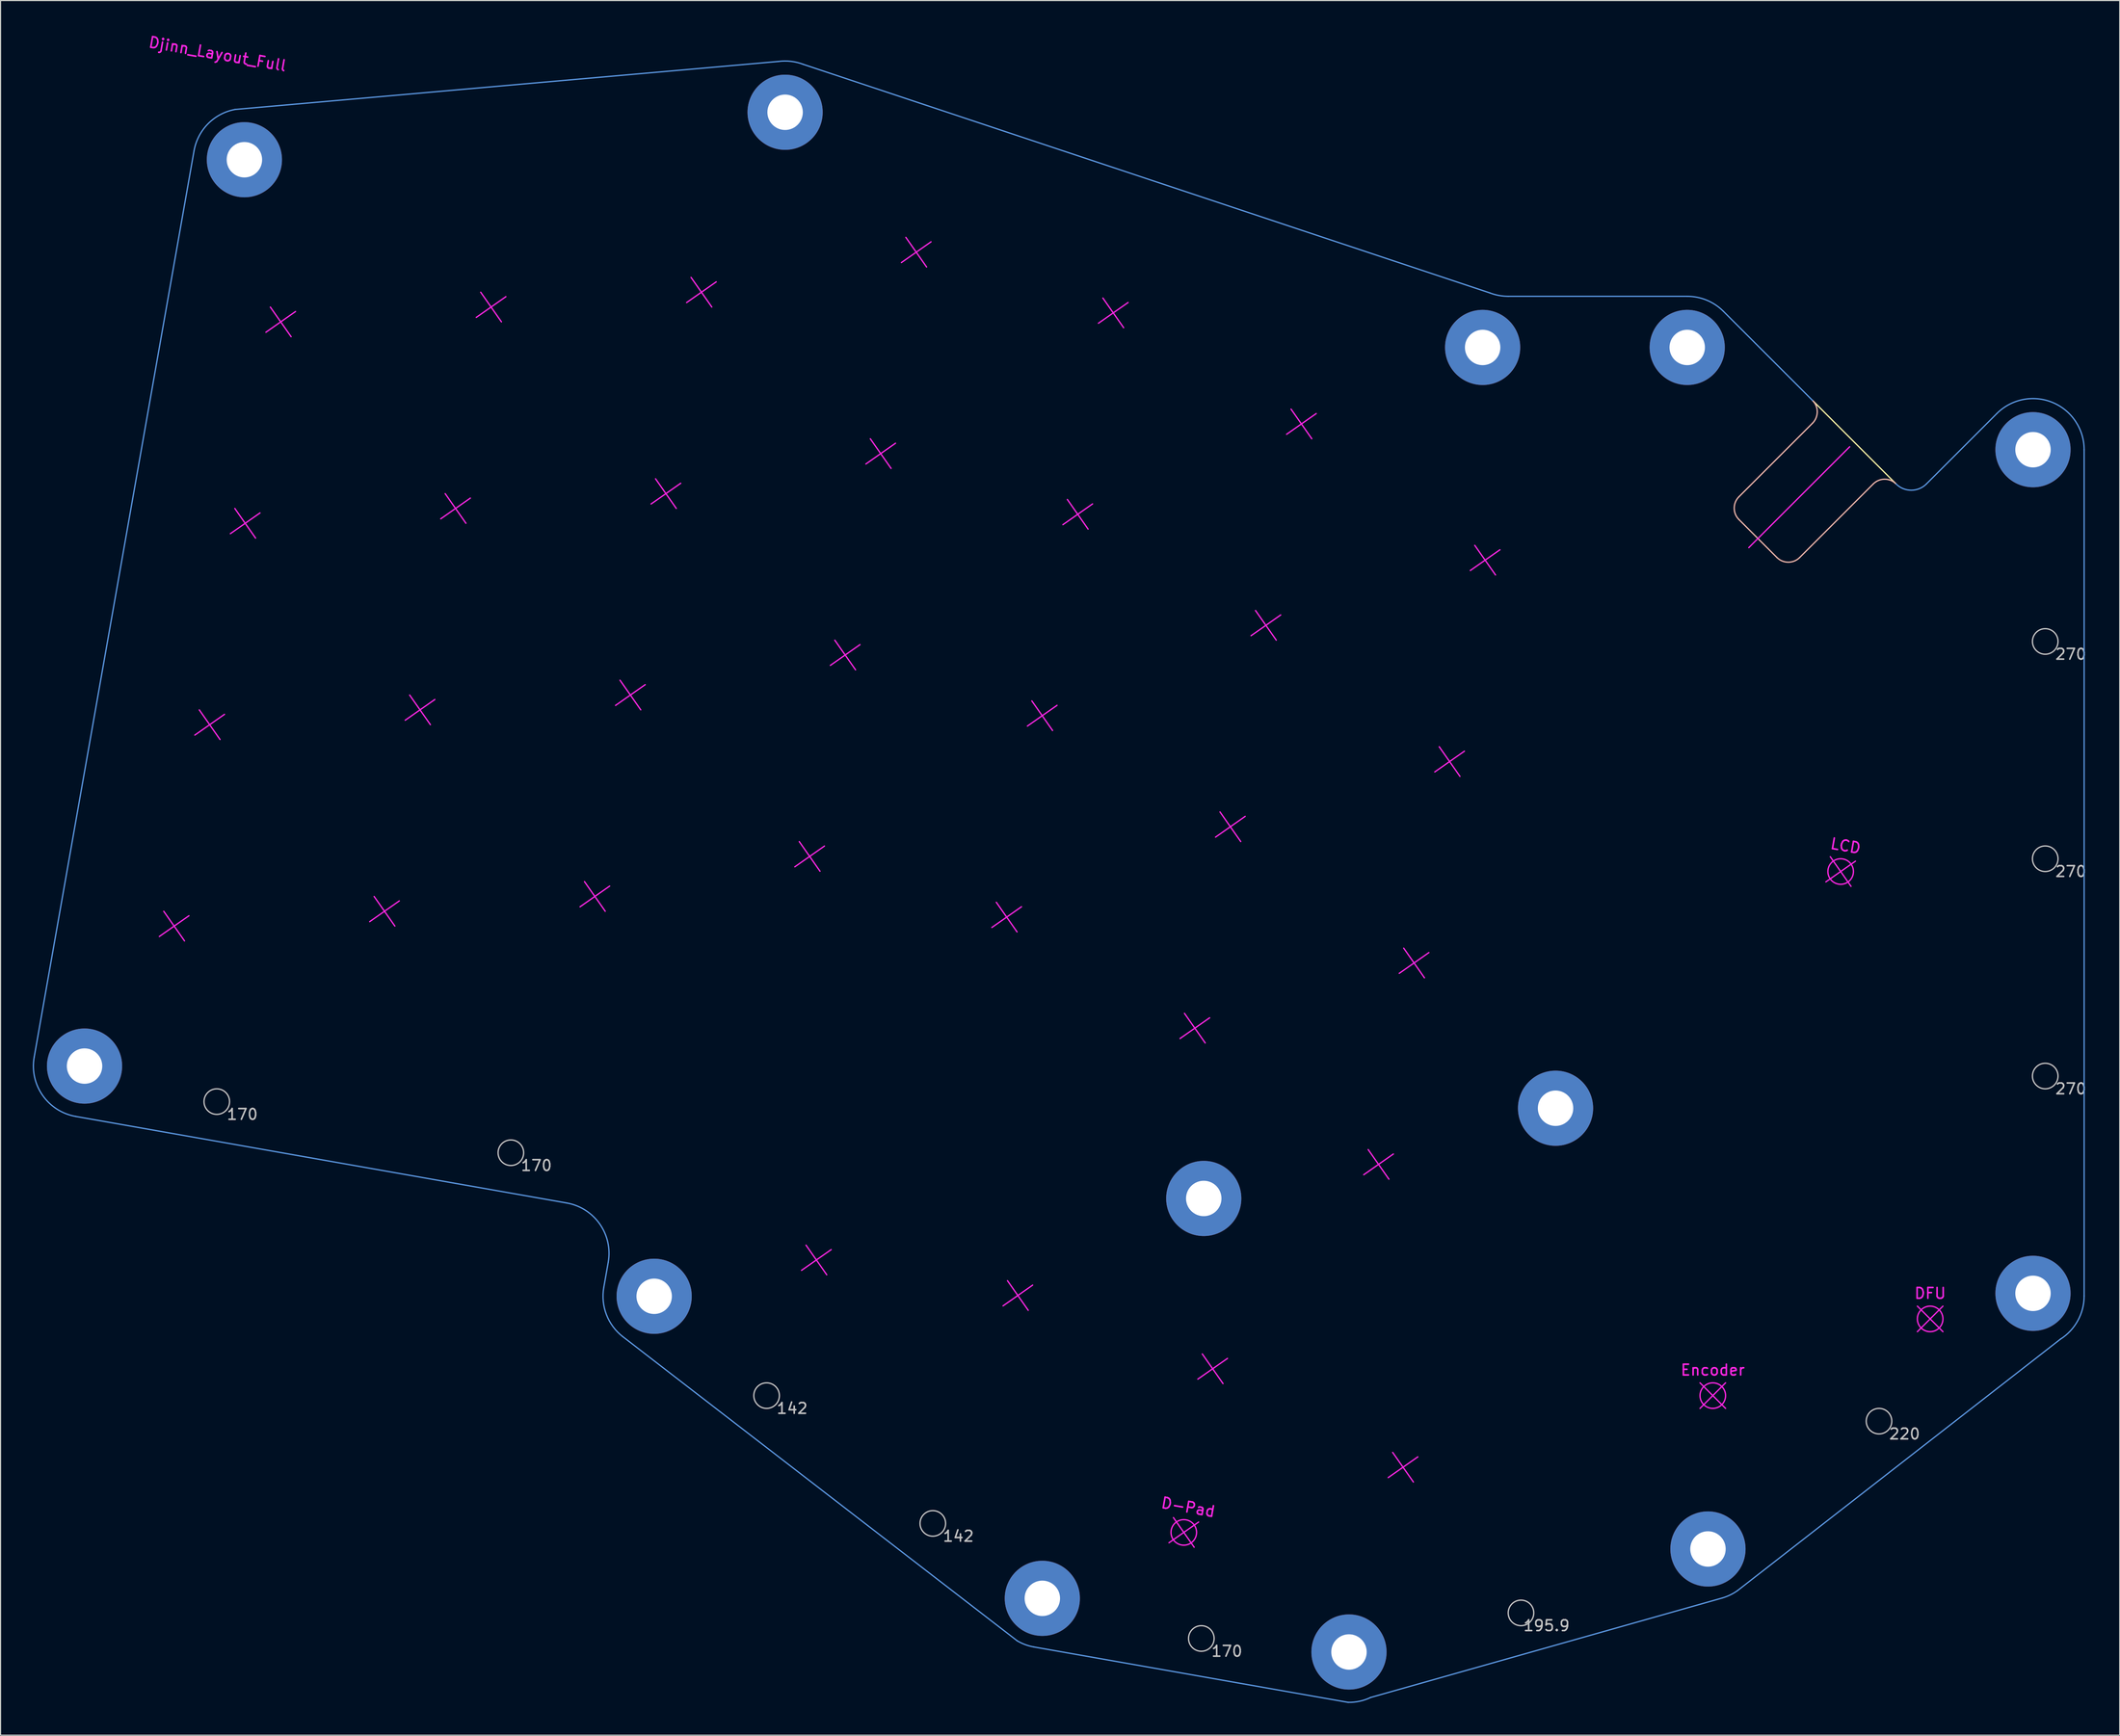
<source format=kicad_pcb>
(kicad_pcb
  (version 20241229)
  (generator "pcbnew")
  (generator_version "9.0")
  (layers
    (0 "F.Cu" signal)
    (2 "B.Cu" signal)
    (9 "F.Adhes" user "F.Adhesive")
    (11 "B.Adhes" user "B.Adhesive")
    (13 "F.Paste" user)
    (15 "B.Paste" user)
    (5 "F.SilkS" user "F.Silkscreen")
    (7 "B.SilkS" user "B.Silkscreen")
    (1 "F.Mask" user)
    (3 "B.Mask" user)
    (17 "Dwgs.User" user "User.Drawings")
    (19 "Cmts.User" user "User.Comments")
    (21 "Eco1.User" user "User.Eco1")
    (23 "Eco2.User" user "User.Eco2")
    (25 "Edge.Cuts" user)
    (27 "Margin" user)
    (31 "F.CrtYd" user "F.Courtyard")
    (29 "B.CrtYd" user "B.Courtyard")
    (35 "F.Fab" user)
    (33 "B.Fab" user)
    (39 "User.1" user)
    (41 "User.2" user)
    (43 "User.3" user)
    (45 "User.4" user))
  (footprint "Djinn_Layout_Full"
    (layer "F.Cu")
    (at 23.09 26.932)
    (property "Reference" "Djinn_Layout_Full" (at -5.88 -24.95 350) (layer "F.CrtYd") (effects (font (size 1 1) (thickness 0.15))))
    (attr through_hole)
    (fp_line (start 123.607 15.997) (end 123.607 86.397) (stroke (width 0.12) (type solid)) (layer "B.Mask"))
    (fp_line (start 123.607 15.997) (end 166.907 15.997) (stroke (width 0.12) (type solid)) (layer "B.Mask"))
    (fp_line (start 123.607 86.397) (end 166.907 86.397) (stroke (width 0.12) (type solid)) (layer "B.Mask"))
    (fp_line (start 166.907 15.997) (end 166.907 86.397) (stroke (width 0.12) (type solid)) (layer "B.Mask"))
    (fp_line (start 142.638 7.315) (end 150.417 15.093) (stroke (width 0.12) (type solid)) (layer "F.SilkS"))
    (fp_line (start 135.786 18.41) (end 139.322 21.946) (stroke (width 0.12) (type solid)) (layer "B.SilkS"))
    (fp_line (start 135.786 16.289) (end 142.638 9.437) (stroke (width 0.12) (type solid)) (layer "B.SilkS"))
    (fp_line (start 141.443 21.946) (end 148.295 15.093) (stroke (width 0.12) (type solid)) (layer "B.SilkS"))
    (fp_arc (start 135.786187 18.410219) (mid 135.346848 17.349558) (end 135.786188 16.288898) (stroke (width 0.12) (type solid)) (layer "B.SilkS"))
    (fp_arc (start 141.44304 21.945755) (mid 140.38238 22.385095) (end 139.321719 21.945756) (stroke (width 0.12) (type solid)) (layer "B.SilkS"))
    (fp_arc (start 142.638499 7.315267) (mid 143.077839 8.375927) (end 142.638499 9.436587) (stroke (width 0.12) (type solid)) (layer "B.SilkS"))
    (fp_arc (start 148.295353 15.093442) (mid 149.356013 14.654102) (end 150.416674 15.093441) (stroke (width 0.12) (type solid)) (layer "B.SilkS"))
    (fp_circle (center -5.953 72.628) (end -4.763 72.628) (stroke (width 0.12) (type solid)) (fill no) (layer "Dwgs.User"))
    (fp_circle (center 21.431 77.391) (end 22.622 77.391) (stroke (width 0.12) (type solid)) (fill no) (layer "Dwgs.User"))
    (fp_circle (center 45.244 100.013) (end 46.435 100.013) (stroke (width 0.12) (type solid)) (fill no) (layer "Dwgs.User"))
    (fp_circle (center 60.722 111.919) (end 61.913 111.919) (stroke (width 0.12) (type solid)) (fill no) (layer "Dwgs.User"))
    (fp_circle (center 85.725 122.635) (end 86.916 122.635) (stroke (width 0.12) (type solid)) (fill no) (layer "Dwgs.User"))
    (fp_circle (center 115.491 120.254) (end 116.682 120.254) (stroke (width 0.12) (type solid)) (fill no) (layer "Dwgs.User"))
    (fp_circle (center 148.829 102.394) (end 150.019 102.394) (stroke (width 0.12) (type solid)) (fill no) (layer "Dwgs.User"))
    (fp_circle (center 164.307 29.766) (end 165.498 29.766) (stroke (width 0.12) (type solid)) (fill no) (layer "Dwgs.User"))
    (fp_circle (center 164.307 50.006) (end 165.498 50.006) (stroke (width 0.12) (type solid)) (fill no) (layer "Dwgs.User"))
    (fp_circle (center 164.307 70.247) (end 165.498 70.247) (stroke (width 0.12) (type solid)) (fill no) (layer "Dwgs.User"))
    (fp_line (start -19.095 74.009) (end 26.634 82.072) (stroke (width 0.12) (type solid)) (layer "Cmts.User"))
    (fp_line (start -8.072 -15.931) (end -22.958 68.492) (stroke (width 0.12) (type solid)) (layer "Cmts.User"))
    (fp_line (start -4.25 -19.787) (end 46.347 -24.258) (stroke (width 0.12) (type solid)) (layer "Cmts.User"))
    (fp_line (start 30.498 87.589) (end 30.084 89.934) (stroke (width 0.12) (type solid)) (layer "Cmts.User"))
    (fp_line (start 31.849 94.519) (end 68.579 122.853) (stroke (width 0.12) (type solid)) (layer "Cmts.User"))
    (fp_line (start 48.648 -23.992) (end 112.603 -2.694) (stroke (width 0.12) (type solid)) (layer "Cmts.User"))
    (fp_line (start 70.121 123.424) (end 99.393 128.585) (stroke (width 0.12) (type solid)) (layer "Cmts.User"))
    (fp_line (start 101.492 128.13) (end 134.24 118.862) (stroke (width 0.12) (type solid)) (layer "Cmts.User"))
    (fp_line (start 114.3 -2.381) (end 130.969 -2.381) (stroke (width 0.12) (type solid)) (layer "Cmts.User"))
    (fp_line (start 134.337 -0.986) (end 142.638 7.315) (stroke (width 0.12) (type solid)) (layer "Cmts.User"))
    (fp_line (start 135.659 118.173) (end 165.712 94.762) (stroke (width 0.12) (type solid)) (layer "Cmts.User"))
    (fp_line (start 159.8 8.539) (end 153.245 15.093) (stroke (width 0.12) (type solid)) (layer "Cmts.User"))
    (fp_line (start 167.93 90.737) (end 167.93 11.906) (stroke (width 0.12) (type solid)) (layer "Cmts.User"))
    (fp_arc (start -19.094752 74.008891) (mid -22.168963 72.050402) (end -22.957897 68.491746) (stroke (width 0.12) (type solid)) (layer "Cmts.User"))
    (fp_arc (start -8.071867 -15.931257) (mid -6.76404 -18.45707) (end -4.24979 -19.78699) (stroke (width 0.12) (type solid)) (layer "Cmts.User"))
    (fp_arc (start 26.634369 82.072191) (mid 29.708582 84.030679) (end 30.497519 87.589337) (stroke (width 0.12) (type solid)) (layer "Cmts.User"))
    (fp_arc (start 31.848558 94.519399) (mid 30.329485 92.472012) (end 30.084048 89.934467) (stroke (width 0.12) (type solid)) (layer "Cmts.User"))
    (fp_arc (start 46.347002 -24.257768) (mid 47.513663 -24.266741) (end 48.647644 -23.992395) (stroke (width 0.12) (type solid)) (layer "Cmts.User"))
    (fp_arc (start 70.120878 123.423677) (mid 69.324328 123.208007) (end 68.579175 122.853391) (stroke (width 0.12) (type solid)) (layer "Cmts.User"))
    (fp_arc (start 101.491514 128.129564) (mid 100.468512 128.479059) (end 99.392668 128.585082) (stroke (width 0.12) (type solid)) (layer "Cmts.User"))
    (fp_arc (start 114.300481 -2.381262) (mid 113.43722 -2.460153) (end 112.602558 -2.694214) (stroke (width 0.12) (type solid)) (layer "Cmts.User"))
    (fp_arc (start 130.969298 -2.38124) (mid 132.791828 -2.018717) (end 134.336895 -0.986337) (stroke (width 0.12) (type solid)) (layer "Cmts.User"))
    (fp_arc (start 135.659223 118.173102) (mid 134.978496 118.577064) (end 134.240182 118.862489) (stroke (width 0.12) (type solid)) (layer "Cmts.User"))
    (fp_arc (start 153.245099 15.093438) (mid 151.830887 15.679226) (end 150.416673 15.093442) (stroke (width 0.12) (type solid)) (layer "Cmts.User"))
    (fp_arc (start 159.799839 8.538703) (mid 164.989965 7.506323) (end 167.929935 11.906299) (stroke (width 0.12) (type solid)) (layer "Cmts.User"))
    (fp_arc (start 167.929935 90.736655) (mid 167.338842 93.034648) (end 165.712289 94.762214) (stroke (width 0.12) (type solid)) (layer "Cmts.User"))
    (fp_line (start -17.541 62.047) (end -4.738 64.304) (stroke (width 0.12) (type solid)) (layer "Eco1.User"))
    (fp_line (start -15.689 48.665) (end -17.946 61.468) (stroke (width 0.12) (type solid)) (layer "Eco1.User"))
    (fp_line (start -15.11 48.26) (end -2.307 50.517) (stroke (width 0.12) (type solid)) (layer "Eco1.User"))
    (fp_line (start -14.233 43.286) (end -1.43 45.544) (stroke (width 0.12) (type solid)) (layer "Eco1.User"))
    (fp_line (start -12.381 29.905) (end -14.638 42.707) (stroke (width 0.12) (type solid)) (layer "Eco1.User"))
    (fp_line (start -11.802 29.499) (end 1.001 31.756) (stroke (width 0.12) (type solid)) (layer "Eco1.User"))
    (fp_line (start -10.925 24.526) (end 1.878 26.783) (stroke (width 0.12) (type solid)) (layer "Eco1.User"))
    (fp_line (start -9.073 11.144) (end -11.33 23.946) (stroke (width 0.12) (type solid)) (layer "Eco1.User"))
    (fp_line (start -8.494 10.738) (end 4.309 12.996) (stroke (width 0.12) (type solid)) (layer "Eco1.User"))
    (fp_line (start -7.617 5.765) (end 5.186 8.022) (stroke (width 0.12) (type solid)) (layer "Eco1.User"))
    (fp_line (start -5.765 -7.617) (end -8.022 5.186) (stroke (width 0.12) (type solid)) (layer "Eco1.User"))
    (fp_line (start -5.186 -8.022) (end 7.617 -5.765) (stroke (width 0.12) (type solid)) (layer "Eco1.User"))
    (fp_line (start -1.902 51.096) (end -4.159 63.899) (stroke (width 0.12) (type solid)) (layer "Eco1.User"))
    (fp_line (start 1.406 32.336) (end -0.851 45.138) (stroke (width 0.12) (type solid)) (layer "Eco1.User"))
    (fp_line (start 2.047 60.665) (end 14.849 62.922) (stroke (width 0.12) (type solid)) (layer "Eco1.User"))
    (fp_line (start 3.899 47.283) (end 1.641 60.086) (stroke (width 0.12) (type solid)) (layer "Eco1.User"))
    (fp_line (start 4.478 46.877) (end 17.28 49.135) (stroke (width 0.12) (type solid)) (layer "Eco1.User"))
    (fp_line (start 4.714 13.575) (end 2.457 26.377) (stroke (width 0.12) (type solid)) (layer "Eco1.User"))
    (fp_line (start 5.355 41.904) (end 18.157 44.162) (stroke (width 0.12) (type solid)) (layer "Eco1.User"))
    (fp_line (start 7.207 28.522) (end 4.949 41.325) (stroke (width 0.12) (type solid)) (layer "Eco1.User"))
    (fp_line (start 7.786 28.117) (end 20.588 30.374) (stroke (width 0.12) (type solid)) (layer "Eco1.User"))
    (fp_line (start 8.022 -5.186) (end 5.765 7.617) (stroke (width 0.12) (type solid)) (layer "Eco1.User"))
    (fp_line (start 8.663 23.143) (end 21.465 25.401) (stroke (width 0.12) (type solid)) (layer "Eco1.User"))
    (fp_line (start 10.515 9.762) (end 8.257 22.564) (stroke (width 0.12) (type solid)) (layer "Eco1.User"))
    (fp_line (start 11.094 9.356) (end 23.896 11.614) (stroke (width 0.12) (type solid)) (layer "Eco1.User"))
    (fp_line (start 11.971 4.383) (end 24.773 6.64) (stroke (width 0.12) (type solid)) (layer "Eco1.User"))
    (fp_line (start 13.823 -8.999) (end 11.565 3.804) (stroke (width 0.12) (type solid)) (layer "Eco1.User"))
    (fp_line (start 14.402 -9.405) (end 27.204 -7.147) (stroke (width 0.12) (type solid)) (layer "Eco1.User"))
    (fp_line (start 17.686 49.714) (end 15.429 62.517) (stroke (width 0.12) (type solid)) (layer "Eco1.User"))
    (fp_line (start 20.994 30.953) (end 18.737 43.756) (stroke (width 0.12) (type solid)) (layer "Eco1.User"))
    (fp_line (start 21.635 59.283) (end 34.437 61.54) (stroke (width 0.12) (type solid)) (layer "Eco1.User"))
    (fp_line (start 23.486 45.901) (end 21.229 58.703) (stroke (width 0.12) (type solid)) (layer "Eco1.User"))
    (fp_line (start 24.066 45.495) (end 36.868 47.753) (stroke (width 0.12) (type solid)) (layer "Eco1.User"))
    (fp_line (start 24.302 12.193) (end 22.045 24.995) (stroke (width 0.12) (type solid)) (layer "Eco1.User"))
    (fp_line (start 24.943 40.522) (end 37.745 42.779) (stroke (width 0.12) (type solid)) (layer "Eco1.User"))
    (fp_line (start 26.794 27.14) (end 24.537 39.943) (stroke (width 0.12) (type solid)) (layer "Eco1.User"))
    (fp_line (start 27.374 26.735) (end 40.176 28.992) (stroke (width 0.12) (type solid)) (layer "Eco1.User"))
    (fp_line (start 27.61 -6.568) (end 25.353 6.235) (stroke (width 0.12) (type solid)) (layer "Eco1.User"))
    (fp_line (start 28.251 21.761) (end 41.053 24.019) (stroke (width 0.12) (type solid)) (layer "Eco1.User"))
    (fp_line (start 30.102 8.38) (end 27.845 21.182) (stroke (width 0.12) (type solid)) (layer "Eco1.User"))
    (fp_line (start 30.682 7.974) (end 43.484 10.231) (stroke (width 0.12) (type solid)) (layer "Eco1.User"))
    (fp_line (start 31.559 3.001) (end 44.361 5.258) (stroke (width 0.12) (type solid)) (layer "Eco1.User"))
    (fp_line (start 33.41 -10.381) (end 31.153 2.421) (stroke (width 0.12) (type solid)) (layer "Eco1.User"))
    (fp_line (start 33.99 -10.787) (end 46.792 -8.529) (stroke (width 0.12) (type solid)) (layer "Eco1.User"))
    (fp_line (start 37.274 48.332) (end 35.016 61.134) (stroke (width 0.12) (type solid)) (layer "Eco1.User"))
    (fp_line (start 40.582 29.571) (end 38.324 42.374) (stroke (width 0.12) (type solid)) (layer "Eco1.User"))
    (fp_line (start 41.636 55.555) (end 54.438 57.813) (stroke (width 0.12) (type solid)) (layer "Eco1.User"))
    (fp_line (start 42.262 93.145) (end 55.064 95.402) (stroke (width 0.12) (type solid)) (layer "Eco1.User"))
    (fp_line (start 43.488 42.174) (end 41.23 54.976) (stroke (width 0.12) (type solid)) (layer "Eco1.User"))
    (fp_line (start 43.89 10.811) (end 41.632 23.613) (stroke (width 0.12) (type solid)) (layer "Eco1.User"))
    (fp_line (start 44.067 41.768) (end 56.869 44.026) (stroke (width 0.12) (type solid)) (layer "Eco1.User"))
    (fp_line (start 44.114 79.763) (end 41.856 92.565) (stroke (width 0.12) (type solid)) (layer "Eco1.User"))
    (fp_line (start 44.693 79.357) (end 57.495 81.615) (stroke (width 0.12) (type solid)) (layer "Eco1.User"))
    (fp_line (start 44.944 36.795) (end 57.746 39.052) (stroke (width 0.12) (type solid)) (layer "Eco1.User"))
    (fp_line (start 46.796 23.413) (end 44.538 36.215) (stroke (width 0.12) (type solid)) (layer "Eco1.User"))
    (fp_line (start 47.198 -7.95) (end 44.94 4.852) (stroke (width 0.12) (type solid)) (layer "Eco1.User"))
    (fp_line (start 47.375 23.007) (end 60.177 25.265) (stroke (width 0.12) (type solid)) (layer "Eco1.User"))
    (fp_line (start 48.252 18.034) (end 61.054 20.291) (stroke (width 0.12) (type solid)) (layer "Eco1.User"))
    (fp_line (start 50.104 4.652) (end 47.846 17.455) (stroke (width 0.12) (type solid)) (layer "Eco1.User"))
    (fp_line (start 50.683 4.247) (end 63.485 6.504) (stroke (width 0.12) (type solid)) (layer "Eco1.User"))
    (fp_line (start 51.56 -0.727) (end 64.362 1.531) (stroke (width 0.12) (type solid)) (layer "Eco1.User"))
    (fp_line (start 53.412 -14.108) (end 51.154 -1.306) (stroke (width 0.12) (type solid)) (layer "Eco1.User"))
    (fp_line (start 53.991 -14.514) (end 66.793 -12.256) (stroke (width 0.12) (type solid)) (layer "Eco1.User"))
    (fp_line (start 57.275 44.605) (end 55.017 57.407) (stroke (width 0.12) (type solid)) (layer "Eco1.User"))
    (fp_line (start 57.901 82.194) (end 55.643 94.997) (stroke (width 0.12) (type solid)) (layer "Eco1.User"))
    (fp_line (start 59.983 61.208) (end 72.785 63.466) (stroke (width 0.12) (type solid)) (layer "Eco1.User"))
    (fp_line (start 60.583 25.844) (end 58.325 38.647) (stroke (width 0.12) (type solid)) (layer "Eco1.User"))
    (fp_line (start 61.022 96.453) (end 73.825 98.71) (stroke (width 0.12) (type solid)) (layer "Eco1.User"))
    (fp_line (start 61.835 47.827) (end 59.577 60.629) (stroke (width 0.12) (type solid)) (layer "Eco1.User"))
    (fp_line (start 62.414 47.421) (end 75.216 49.679) (stroke (width 0.12) (type solid)) (layer "Eco1.User"))
    (fp_line (start 62.874 83.071) (end 60.617 95.873) (stroke (width 0.12) (type solid)) (layer "Eco1.User"))
    (fp_line (start 63.291 42.448) (end 76.093 44.705) (stroke (width 0.12) (type solid)) (layer "Eco1.User"))
    (fp_line (start 63.453 82.665) (end 76.256 84.923) (stroke (width 0.12) (type solid)) (layer "Eco1.User"))
    (fp_line (start 63.891 7.083) (end 61.633 19.886) (stroke (width 0.12) (type solid)) (layer "Eco1.User"))
    (fp_line (start 65.143 29.066) (end 62.885 41.869) (stroke (width 0.12) (type solid)) (layer "Eco1.User"))
    (fp_line (start 65.722 28.661) (end 78.524 30.918) (stroke (width 0.12) (type solid)) (layer "Eco1.User"))
    (fp_line (start 66.599 23.687) (end 79.401 25.945) (stroke (width 0.12) (type solid)) (layer "Eco1.User"))
    (fp_line (start 67.199 -11.677) (end 64.941 1.125) (stroke (width 0.12) (type solid)) (layer "Eco1.User"))
    (fp_line (start 68.451 10.305) (end 66.193 23.108) (stroke (width 0.12) (type solid)) (layer "Eco1.User"))
    (fp_line (start 69.03 9.9) (end 81.832 12.157) (stroke (width 0.12) (type solid)) (layer "Eco1.User"))
    (fp_line (start 69.907 4.926) (end 82.709 7.184) (stroke (width 0.12) (type solid)) (layer "Eco1.User"))
    (fp_line (start 71.759 -8.455) (end 69.501 4.347) (stroke (width 0.12) (type solid)) (layer "Eco1.User"))
    (fp_line (start 72.338 -8.861) (end 85.14 -6.603) (stroke (width 0.12) (type solid)) (layer "Eco1.User"))
    (fp_line (start 75.622 50.258) (end 73.365 63.06) (stroke (width 0.12) (type solid)) (layer "Eco1.User"))
    (fp_line (start 76.661 85.502) (end 74.404 98.305) (stroke (width 0.12) (type solid)) (layer "Eco1.User"))
    (fp_line (start 77.503 71.552) (end 90.306 73.809) (stroke (width 0.12) (type solid)) (layer "Eco1.User"))
    (fp_line (start 78.93 31.497) (end 76.673 44.3) (stroke (width 0.12) (type solid)) (layer "Eco1.User"))
    (fp_line (start 79.163 103.278) (end 91.965 105.536) (stroke (width 0.12) (type solid)) (layer "Eco1.User"))
    (fp_line (start 79.355 58.17) (end 77.097 70.973) (stroke (width 0.12) (type solid)) (layer "Eco1.User"))
    (fp_line (start 79.934 57.764) (end 92.737 60.022) (stroke (width 0.12) (type solid)) (layer "Eco1.User"))
    (fp_line (start 80.811 52.791) (end 93.614 55.049) (stroke (width 0.12) (type solid)) (layer "Eco1.User"))
    (fp_line (start 81.015 89.897) (end 78.757 102.699) (stroke (width 0.12) (type solid)) (layer "Eco1.User"))
    (fp_line (start 81.594 89.491) (end 94.396 91.748) (stroke (width 0.12) (type solid)) (layer "Eco1.User"))
    (fp_line (start 82.238 12.736) (end 79.981 25.539) (stroke (width 0.12) (type solid)) (layer "Eco1.User"))
    (fp_line (start 82.663 39.409) (end 80.405 52.212) (stroke (width 0.12) (type solid)) (layer "Eco1.User"))
    (fp_line (start 83.242 39.004) (end 96.045 41.261) (stroke (width 0.12) (type solid)) (layer "Eco1.User"))
    (fp_line (start 84.119 34.03) (end 96.922 36.288) (stroke (width 0.12) (type solid)) (layer "Eco1.User"))
    (fp_line (start 85.546 -6.024) (end 83.289 6.778) (stroke (width 0.12) (type solid)) (layer "Eco1.User"))
    (fp_line (start 85.971 20.649) (end 83.713 33.451) (stroke (width 0.12) (type solid)) (layer "Eco1.User"))
    (fp_line (start 86.55 20.243) (end 99.353 22.501) (stroke (width 0.12) (type solid)) (layer "Eco1.User"))
    (fp_line (start 87.427 15.27) (end 100.23 17.527) (stroke (width 0.12) (type solid)) (layer "Eco1.User"))
    (fp_line (start 89.279 1.888) (end 87.021 14.691) (stroke (width 0.12) (type solid)) (layer "Eco1.User"))
    (fp_line (start 89.858 1.482) (end 102.661 3.74) (stroke (width 0.12) (type solid)) (layer "Eco1.User"))
    (fp_line (start 93.142 60.601) (end 90.885 73.404) (stroke (width 0.12) (type solid)) (layer "Eco1.User"))
    (fp_line (start 94.61 84.24) (end 107.412 86.498) (stroke (width 0.12) (type solid)) (layer "Eco1.User"))
    (fp_line (start 94.802 92.328) (end 92.544 105.13) (stroke (width 0.12) (type solid)) (layer "Eco1.User"))
    (fp_line (start 96.45 41.84) (end 94.193 54.643) (stroke (width 0.12) (type solid)) (layer "Eco1.User"))
    (fp_line (start 96.462 70.858) (end 94.204 83.661) (stroke (width 0.12) (type solid)) (layer "Eco1.User"))
    (fp_line (start 96.89 112.449) (end 109.692 114.706) (stroke (width 0.12) (type solid)) (layer "Eco1.User"))
    (fp_line (start 97.041 70.453) (end 109.843 72.71) (stroke (width 0.12) (type solid)) (layer "Eco1.User"))
    (fp_line (start 97.918 65.479) (end 110.72 67.737) (stroke (width 0.12) (type solid)) (layer "Eco1.User"))
    (fp_line (start 98.742 99.067) (end 96.484 111.87) (stroke (width 0.12) (type solid)) (layer "Eco1.User"))
    (fp_line (start 99.321 98.662) (end 112.123 100.919) (stroke (width 0.12) (type solid)) (layer "Eco1.User"))
    (fp_line (start 99.758 23.08) (end 97.501 35.882) (stroke (width 0.12) (type solid)) (layer "Eco1.User"))
    (fp_line (start 99.77 52.098) (end 97.512 64.9) (stroke (width 0.12) (type solid)) (layer "Eco1.User"))
    (fp_line (start 100.349 51.692) (end 113.151 53.95) (stroke (width 0.12) (type solid)) (layer "Eco1.User"))
    (fp_line (start 101.226 46.719) (end 114.028 48.976) (stroke (width 0.12) (type solid)) (layer "Eco1.User"))
    (fp_line (start 103.066 4.319) (end 100.809 17.122) (stroke (width 0.12) (type solid)) (layer "Eco1.User"))
    (fp_line (start 103.078 33.337) (end 100.82 46.14) (stroke (width 0.12) (type solid)) (layer "Eco1.User"))
    (fp_line (start 103.657 32.931) (end 116.459 35.189) (stroke (width 0.12) (type solid)) (layer "Eco1.User"))
    (fp_line (start 104.534 27.958) (end 117.336 30.216) (stroke (width 0.12) (type solid)) (layer "Eco1.User"))
    (fp_line (start 106.386 14.576) (end 104.128 27.379) (stroke (width 0.12) (type solid)) (layer "Eco1.User"))
    (fp_line (start 106.965 14.171) (end 119.767 16.428) (stroke (width 0.12) (type solid)) (layer "Eco1.User"))
    (fp_line (start 110.249 73.289) (end 107.991 86.092) (stroke (width 0.12) (type solid)) (layer "Eco1.User"))
    (fp_line (start 112.529 101.498) (end 110.271 114.301) (stroke (width 0.12) (type solid)) (layer "Eco1.User"))
    (fp_line (start 113.557 54.529) (end 111.299 67.331) (stroke (width 0.12) (type solid)) (layer "Eco1.User"))
    (fp_line (start 116.865 35.768) (end 114.607 48.571) (stroke (width 0.12) (type solid)) (layer "Eco1.User"))
    (fp_line (start 120.173 17.007) (end 117.915 29.81) (stroke (width 0.12) (type solid)) (layer "Eco1.User"))
    (fp_arc (start -17.540824 62.046937) (mid -17.863573 61.841323) (end -17.9464 61.467713) (stroke (width 0.12) (type solid)) (layer "Eco1.User"))
    (fp_arc (start -15.688976 48.665212) (mid -15.48336 48.34246) (end -15.109748 48.259632) (stroke (width 0.12) (type solid)) (layer "Eco1.User"))
    (fp_arc (start -14.232812 43.286274) (mid -14.555564 43.080658) (end -14.638392 42.707046) (stroke (width 0.12) (type solid)) (layer "Eco1.User"))
    (fp_arc (start -12.380964 29.904545) (mid -12.175348 29.581795) (end -11.801737 29.498968) (stroke (width 0.12) (type solid)) (layer "Eco1.User"))
    (fp_arc (start -10.924799 24.525607) (mid -11.24755 24.319992) (end -11.330378 23.94638) (stroke (width 0.12) (type solid)) (layer "Eco1.User"))
    (fp_arc (start -9.072954 11.143879) (mid -8.867338 10.821127) (end -8.493726 10.738299) (stroke (width 0.12) (type solid)) (layer "Eco1.User"))
    (fp_arc (start -7.616789 5.764938) (mid -7.939539 5.559323) (end -8.022366 5.185713) (stroke (width 0.12) (type solid)) (layer "Eco1.User"))
    (fp_arc (start -5.764939 -7.616788) (mid -5.559324 -7.939539) (end -5.185713 -8.022366) (stroke (width 0.12) (type solid)) (layer "Eco1.User"))
    (fp_arc (start -4.159095 63.898787) (mid -4.364711 64.221539) (end -4.738323 64.304367) (stroke (width 0.12) (type solid)) (layer "Eco1.User"))
    (fp_arc (start -2.307247 50.51706) (mid -1.984496 50.722675) (end -1.901669 51.096286) (stroke (width 0.12) (type solid)) (layer "Eco1.User"))
    (fp_arc (start -0.851083 45.138122) (mid -1.056698 45.460873) (end -1.43031 45.543701) (stroke (width 0.12) (type solid)) (layer "Eco1.User"))
    (fp_arc (start 1.000763 31.756393) (mid 1.323515 31.962008) (end 1.406343 32.335619) (stroke (width 0.12) (type solid)) (layer "Eco1.User"))
    (fp_arc (start 2.046846 60.664787) (mid 1.724094 60.45917) (end 1.641266 60.085557) (stroke (width 0.12) (type solid)) (layer "Eco1.User"))
    (fp_arc (start 2.456929 26.377454) (mid 2.251314 26.700205) (end 1.877702 26.783033) (stroke (width 0.12) (type solid)) (layer "Eco1.User"))
    (fp_arc (start 3.898691 47.283057) (mid 4.104307 46.960304) (end 4.47792 46.877476) (stroke (width 0.12) (type solid)) (layer "Eco1.User"))
    (fp_arc (start 4.308776 12.995724) (mid 4.631528 13.201341) (end 4.714356 13.574954) (stroke (width 0.12) (type solid)) (layer "Eco1.User"))
    (fp_arc (start 5.354857 41.904117) (mid 5.032106 41.698502) (end 4.949279 41.324891) (stroke (width 0.12) (type solid)) (layer "Eco1.User"))
    (fp_arc (start 5.764938 7.616788) (mid 5.559323 7.93954) (end 5.185712 8.022368) (stroke (width 0.12) (type solid)) (layer "Eco1.User"))
    (fp_arc (start 7.206704 28.522394) (mid 7.41232 28.19964) (end 7.785933 28.116811) (stroke (width 0.12) (type solid)) (layer "Eco1.User"))
    (fp_arc (start 7.616788 -5.764939) (mid 7.939539 -5.559324) (end 8.022366 -5.185713) (stroke (width 0.12) (type solid)) (layer "Eco1.User"))
    (fp_arc (start 8.662869 23.14345) (mid 8.340118 22.937836) (end 8.25729 22.564225) (stroke (width 0.12) (type solid)) (layer "Eco1.User"))
    (fp_arc (start 10.514716 9.761726) (mid 10.720331 9.438973) (end 11.093944 9.356144) (stroke (width 0.12) (type solid)) (layer "Eco1.User"))
    (fp_arc (start 11.970882 4.382786) (mid 11.64813 4.17717) (end 11.565302 3.803558) (stroke (width 0.12) (type solid)) (layer "Eco1.User"))
    (fp_arc (start 13.822726 -8.998942) (mid 14.028342 -9.321695) (end 14.401955 -9.404523) (stroke (width 0.12) (type solid)) (layer "Eco1.User"))
    (fp_arc (start 15.428576 62.516632) (mid 15.22296 62.839384) (end 14.849348 62.922212) (stroke (width 0.12) (type solid)) (layer "Eco1.User"))
    (fp_arc (start 17.280423 49.134903) (mid 17.603175 49.340519) (end 17.686002 49.714132) (stroke (width 0.12) (type solid)) (layer "Eco1.User"))
    (fp_arc (start 18.736587 43.755967) (mid 18.53097 44.078719) (end 18.157357 44.161547) (stroke (width 0.12) (type solid)) (layer "Eco1.User"))
    (fp_arc (start 20.588436 30.37424) (mid 20.911186 30.579855) (end 20.994013 30.953465) (stroke (width 0.12) (type solid)) (layer "Eco1.User"))
    (fp_arc (start 21.634516 59.282631) (mid 21.311764 59.077016) (end 21.228935 58.703404) (stroke (width 0.12) (type solid)) (layer "Eco1.User"))
    (fp_arc (start 22.044599 24.995299) (mid 21.838983 25.318051) (end 21.465371 25.400879) (stroke (width 0.12) (type solid)) (layer "Eco1.User"))
    (fp_arc (start 23.486364 45.900901) (mid 23.691979 45.57815) (end 24.065591 45.495322) (stroke (width 0.12) (type solid)) (layer "Eco1.User"))
    (fp_arc (start 23.896444 11.613569) (mid 24.219196 11.819186) (end 24.302024 12.192799) (stroke (width 0.12) (type solid)) (layer "Eco1.User"))
    (fp_arc (start 24.942528 40.521965) (mid 24.619775 40.316349) (end 24.536947 39.942736) (stroke (width 0.12) (type solid)) (layer "Eco1.User"))
    (fp_arc (start 25.35261 6.234632) (mid 25.146995 6.557383) (end 24.773383 6.640211) (stroke (width 0.12) (type solid)) (layer "Eco1.User"))
    (fp_arc (start 26.794372 27.140236) (mid 26.999988 26.817483) (end 27.373601 26.734655) (stroke (width 0.12) (type solid)) (layer "Eco1.User"))
    (fp_arc (start 27.204457 -7.147095) (mid 27.527208 -6.94148) (end 27.610036 -6.567868) (stroke (width 0.12) (type solid)) (layer "Eco1.User"))
    (fp_arc (start 28.250541 21.761299) (mid 27.927789 21.555683) (end 27.844961 21.182071) (stroke (width 0.12) (type solid)) (layer "Eco1.User"))
    (fp_arc (start 30.102387 8.379568) (mid 30.308002 8.056817) (end 30.681614 7.973989) (stroke (width 0.12) (type solid)) (layer "Eco1.User"))
    (fp_arc (start 31.55855 3.000633) (mid 31.235798 2.795016) (end 31.15297 2.421403) (stroke (width 0.12) (type solid)) (layer "Eco1.User"))
    (fp_arc (start 33.4104 -10.381096) (mid 33.616015 -10.703848) (end 33.989626 -10.786676) (stroke (width 0.12) (type solid)) (layer "Eco1.User"))
    (fp_arc (start 35.016246 61.134476) (mid 34.81063 61.457229) (end 34.437017 61.540057) (stroke (width 0.12) (type solid)) (layer "Eco1.User"))
    (fp_arc (start 36.868095 47.752748) (mid 37.190845 47.958366) (end 37.27367 48.331979) (stroke (width 0.12) (type solid)) (layer "Eco1.User"))
    (fp_arc (start 38.324257 42.373812) (mid 38.118641 42.696563) (end 37.745029 42.77939) (stroke (width 0.12) (type solid)) (layer "Eco1.User"))
    (fp_arc (start 40.176104 28.992083) (mid 40.498855 29.197698) (end 40.581683 29.57131) (stroke (width 0.12) (type solid)) (layer "Eco1.User"))
    (fp_arc (start 41.632269 23.613146) (mid 41.426652 23.935897) (end 41.053039 24.018724) (stroke (width 0.12) (type solid)) (layer "Eco1.User"))
    (fp_arc (start 41.635686 55.555394) (mid 41.312934 55.349778) (end 41.230106 54.976166) (stroke (width 0.12) (type solid)) (layer "Eco1.User"))
    (fp_arc (start 42.261663 93.144688) (mid 41.938912 92.939072) (end 41.856085 92.56546) (stroke (width 0.12) (type solid)) (layer "Eco1.User"))
    (fp_arc (start 43.484113 10.231414) (mid 43.806866 10.437029) (end 43.889695 10.810642) (stroke (width 0.12) (type solid)) (layer "Eco1.User"))
    (fp_arc (start 43.48753 42.173663) (mid 43.693148 41.85091) (end 44.066762 41.768083) (stroke (width 0.12) (type solid)) (layer "Eco1.User"))
    (fp_arc (start 44.113512 79.762961) (mid 44.319127 79.440209) (end 44.692739 79.35738) (stroke (width 0.12) (type solid)) (layer "Eco1.User"))
    (fp_arc (start 44.940282 4.852479) (mid 44.734665 5.175231) (end 44.361052 5.258059) (stroke (width 0.12) (type solid)) (layer "Eco1.User"))
    (fp_arc (start 44.943699 36.794726) (mid 44.620947 36.58911) (end 44.538119 36.215498) (stroke (width 0.12) (type solid)) (layer "Eco1.User"))
    (fp_arc (start 46.792125 -8.529251) (mid 47.114877 -8.323635) (end 47.197705 -7.950023) (stroke (width 0.12) (type solid)) (layer "Eco1.User"))
    (fp_arc (start 46.795542 23.412997) (mid 47.001158 23.090244) (end 47.374772 23.007415) (stroke (width 0.12) (type solid)) (layer "Eco1.User"))
    (fp_arc (start 48.251708 18.034056) (mid 47.928958 17.828441) (end 47.846131 17.454831) (stroke (width 0.12) (type solid)) (layer "Eco1.User"))
    (fp_arc (start 50.103555 4.652332) (mid 50.309171 4.329579) (end 50.682785 4.24675) (stroke (width 0.12) (type solid)) (layer "Eco1.User"))
    (fp_arc (start 51.559721 -0.726607) (mid 51.236969 -0.932223) (end 51.154141 -1.305835) (stroke (width 0.12) (type solid)) (layer "Eco1.User"))
    (fp_arc (start 53.411568 -14.108337) (mid 53.617184 -14.431088) (end 53.990796 -14.513915) (stroke (width 0.12) (type solid)) (layer "Eco1.User"))
    (fp_arc (start 55.017415 57.407239) (mid 54.8118 57.72999) (end 54.438188 57.812818) (stroke (width 0.12) (type solid)) (layer "Eco1.User"))
    (fp_arc (start 55.643392 94.996535) (mid 55.437777 95.319286) (end 55.064165 95.402114) (stroke (width 0.12) (type solid)) (layer "Eco1.User"))
    (fp_arc (start 56.869262 44.025511) (mid 57.192013 44.231126) (end 57.274841 44.604738) (stroke (width 0.12) (type solid)) (layer "Eco1.User"))
    (fp_arc (start 57.495241 81.614806) (mid 57.817992 81.820422) (end 57.900819 82.194034) (stroke (width 0.12) (type solid)) (layer "Eco1.User"))
    (fp_arc (start 58.325426 38.646574) (mid 58.11981 38.969325) (end 57.746198 39.052152) (stroke (width 0.12) (type solid)) (layer "Eco1.User"))
    (fp_arc (start 59.982851 61.20849) (mid 59.660099 61.002873) (end 59.577271 60.62926) (stroke (width 0.12) (type solid)) (layer "Eco1.User"))
    (fp_arc (start 60.177273 25.264844) (mid 60.500025 25.470459) (end 60.582854 25.844071) (stroke (width 0.12) (type solid)) (layer "Eco1.User"))
    (fp_arc (start 61.022328 96.4527) (mid 60.699577 96.247084) (end 60.61675 95.873472) (stroke (width 0.12) (type solid)) (layer "Eco1.User"))
    (fp_arc (start 61.633438 19.885905) (mid 61.427823 20.208658) (end 61.05421 20.291487) (stroke (width 0.12) (type solid)) (layer "Eco1.User"))
    (fp_arc (start 61.834696 47.826759) (mid 62.040313 47.504007) (end 62.413926 47.421179) (stroke (width 0.12) (type solid)) (layer "Eco1.User"))
    (fp_arc (start 62.874178 83.070971) (mid 63.079793 82.74822) (end 63.453405 82.665392) (stroke (width 0.12) (type solid)) (layer "Eco1.User"))
    (fp_arc (start 63.290864 42.447821) (mid 62.968112 42.242205) (end 62.885284 41.868593) (stroke (width 0.12) (type solid)) (layer "Eco1.User"))
    (fp_arc (start 63.48529 6.504179) (mid 63.808039 6.709795) (end 63.890864 7.083405) (stroke (width 0.12) (type solid)) (layer "Eco1.User"))
    (fp_arc (start 64.94145 1.12524) (mid 64.735835 1.447991) (end 64.362223 1.530819) (stroke (width 0.12) (type solid)) (layer "Eco1.User"))
    (fp_arc (start 65.14271 29.066092) (mid 65.348325 28.743341) (end 65.721937 28.660513) (stroke (width 0.12) (type solid)) (layer "Eco1.User"))
    (fp_arc (start 66.598871 23.687152) (mid 66.276122 23.481536) (end 66.193296 23.107925) (stroke (width 0.12) (type solid)) (layer "Eco1.User"))
    (fp_arc (start 66.793298 -12.256492) (mid 67.11605 -12.050875) (end 67.198877 -11.677261) (stroke (width 0.12) (type solid)) (layer "Eco1.User"))
    (fp_arc (start 68.450721 10.305425) (mid 68.656337 9.982673) (end 69.02995 9.899846) (stroke (width 0.12) (type solid)) (layer "Eco1.User"))
    (fp_arc (start 69.906887 4.926487) (mid 69.584135 4.720872) (end 69.501306 4.34726) (stroke (width 0.12) (type solid)) (layer "Eco1.User"))
    (fp_arc (start 71.758733 -8.455244) (mid 71.96435 -8.777994) (end 72.337963 -8.86082) (stroke (width 0.12) (type solid)) (layer "Eco1.User"))
    (fp_arc (start 73.364581 63.060333) (mid 73.158965 63.383085) (end 72.785353 63.465913) (stroke (width 0.12) (type solid)) (layer "Eco1.User"))
    (fp_arc (start 74.404057 98.304548) (mid 74.198441 98.627299) (end 73.824829 98.710126) (stroke (width 0.12) (type solid)) (layer "Eco1.User"))
    (fp_arc (start 75.216427 49.678604) (mid 75.539179 49.88422) (end 75.622006 50.257833) (stroke (width 0.12) (type solid)) (layer "Eco1.User"))
    (fp_arc (start 76.255903 84.922821) (mid 76.578655 85.128435) (end 76.661484 85.502046) (stroke (width 0.12) (type solid)) (layer "Eco1.User"))
    (fp_arc (start 76.672591 44.299669) (mid 76.466975 44.62242) (end 76.093363 44.705247) (stroke (width 0.12) (type solid)) (layer "Eco1.User"))
    (fp_arc (start 77.503013 71.551749) (mid 77.180261 71.346133) (end 77.097433 70.972521) (stroke (width 0.12) (type solid)) (layer "Eco1.User"))
    (fp_arc (start 78.52444 30.917939) (mid 78.847192 31.123555) (end 78.930019 31.497168) (stroke (width 0.12) (type solid)) (layer "Eco1.User"))
    (fp_arc (start 79.162743 103.278334) (mid 78.839992 103.072719) (end 78.757165 102.699108) (stroke (width 0.12) (type solid)) (layer "Eco1.User"))
    (fp_arc (start 79.354858 58.170019) (mid 79.560475 57.847266) (end 79.934089 57.764438) (stroke (width 0.12) (type solid)) (layer "Eco1.User"))
    (fp_arc (start 79.980604 25.539) (mid 79.774988 25.861753) (end 79.401375 25.944581) (stroke (width 0.12) (type solid)) (layer "Eco1.User"))
    (fp_arc (start 80.811026 52.791082) (mid 80.488275 52.585467) (end 80.405447 52.211855) (stroke (width 0.12) (type solid)) (layer "Eco1.User"))
    (fp_arc (start 81.014596 89.89661) (mid 81.220209 89.573859) (end 81.593818 89.49103) (stroke (width 0.12) (type solid)) (layer "Eco1.User"))
    (fp_arc (start 81.832451 12.157275) (mid 82.155201 12.36289) (end 82.238028 12.7365) (stroke (width 0.12) (type solid)) (layer "Eco1.User"))
    (fp_arc (start 82.662871 39.409354) (mid 82.868487 39.086602) (end 83.242099 39.003774) (stroke (width 0.12) (type solid)) (layer "Eco1.User"))
    (fp_arc (start 83.288614 6.778334) (mid 83.083 7.101085) (end 82.709389 7.183913) (stroke (width 0.12) (type solid)) (layer "Eco1.User"))
    (fp_arc (start 84.119037 34.030415) (mid 83.796286 33.824799) (end 83.713459 33.451187) (stroke (width 0.12) (type solid)) (layer "Eco1.User"))
    (fp_arc (start 85.140462 -6.603395) (mid 85.463214 -6.397779) (end 85.546041 -6.024166) (stroke (width 0.12) (type solid)) (layer "Eco1.User"))
    (fp_arc (start 85.970885 20.648687) (mid 86.1765 20.325936) (end 86.550112 20.243108) (stroke (width 0.12) (type solid)) (layer "Eco1.User"))
    (fp_arc (start 87.427047 15.269751) (mid 87.104295 15.064135) (end 87.021468 14.690522) (stroke (width 0.12) (type solid)) (layer "Eco1.User"))
    (fp_arc (start 89.278898 1.888021) (mid 89.484513 1.56527) (end 89.858124 1.482443) (stroke (width 0.12) (type solid)) (layer "Eco1.User"))
    (fp_arc (start 90.884743 73.403596) (mid 90.679127 73.726348) (end 90.305515 73.809176) (stroke (width 0.12) (type solid)) (layer "Eco1.User"))
    (fp_arc (start 92.544472 105.130184) (mid 92.338856 105.452935) (end 91.965244 105.535762) (stroke (width 0.12) (type solid)) (layer "Eco1.User"))
    (fp_arc (start 92.73659 60.021867) (mid 93.059341 60.227483) (end 93.142168 60.601095) (stroke (width 0.12) (type solid)) (layer "Eco1.User"))
    (fp_arc (start 94.192754 54.642929) (mid 93.987139 54.96568) (end 93.613527 55.048508) (stroke (width 0.12) (type solid)) (layer "Eco1.User"))
    (fp_arc (start 94.39632 91.748455) (mid 94.719071 91.95407) (end 94.801899 92.327682) (stroke (width 0.12) (type solid)) (layer "Eco1.User"))
    (fp_arc (start 94.609675 84.240094) (mid 94.286923 84.034478) (end 94.204095 83.660866) (stroke (width 0.12) (type solid)) (layer "Eco1.User"))
    (fp_arc (start 96.0446 41.2612) (mid 96.367352 41.466815) (end 96.450181 41.840427) (stroke (width 0.12) (type solid)) (layer "Eco1.User"))
    (fp_arc (start 96.461521 70.858365) (mid 96.667136 70.535614) (end 97.040748 70.452786) (stroke (width 0.12) (type solid)) (layer "Eco1.User"))
    (fp_arc (start 96.889659 112.449059) (mid 96.566906 112.243442) (end 96.484078 111.869828) (stroke (width 0.12) (type solid)) (layer "Eco1.User"))
    (fp_arc (start 97.500765 35.88226) (mid 97.295151 36.205014) (end 96.921539 36.287844) (stroke (width 0.12) (type solid)) (layer "Eco1.User"))
    (fp_arc (start 97.917687 65.479428) (mid 97.594935 65.273811) (end 97.512107 64.900198) (stroke (width 0.12) (type solid)) (layer "Eco1.User"))
    (fp_arc (start 98.741504 99.067328) (mid 98.94712 98.744576) (end 99.320732 98.661748) (stroke (width 0.12) (type solid)) (layer "Eco1.User"))
    (fp_arc (start 99.352613 22.500533) (mid 99.675366 22.706149) (end 99.758194 23.079762) (stroke (width 0.12) (type solid)) (layer "Eco1.User"))
    (fp_arc (start 99.769531 52.0977) (mid 99.975147 51.774947) (end 100.348761 51.692118) (stroke (width 0.12) (type solid)) (layer "Eco1.User"))
    (fp_arc (start 100.808778 17.121597) (mid 100.603162 17.444349) (end 100.229549 17.527176) (stroke (width 0.12) (type solid)) (layer "Eco1.User"))
    (fp_arc (start 101.225697 46.718761) (mid 100.902945 46.513145) (end 100.820117 46.139533) (stroke (width 0.12) (type solid)) (layer "Eco1.User"))
    (fp_arc (start 102.660623 3.739868) (mid 102.983375 3.945483) (end 103.066203 4.319094) (stroke (width 0.12) (type solid)) (layer "Eco1.User"))
    (fp_arc (start 103.077547 33.337032) (mid 103.283161 33.014281) (end 103.656772 32.931453) (stroke (width 0.12) (type solid)) (layer "Eco1.User"))
    (fp_arc (start 104.533713 27.958093) (mid 104.21096 27.752479) (end 104.12813 27.378868) (stroke (width 0.12) (type solid)) (layer "Eco1.User"))
    (fp_arc (start 106.385553 14.576366) (mid 106.59117 14.253613) (end 106.964784 14.170785) (stroke (width 0.12) (type solid)) (layer "Eco1.User"))
    (fp_arc (start 107.991401 86.091939) (mid 107.785787 86.414691) (end 107.412176 86.49752) (stroke (width 0.12) (type solid)) (layer "Eco1.User"))
    (fp_arc (start 109.84325 72.710212) (mid 110.166002 72.915828) (end 110.24883 73.28944) (stroke (width 0.12) (type solid)) (layer "Eco1.User"))
    (fp_arc (start 110.271383 114.300905) (mid 110.065767 114.623654) (end 109.692157 114.706479) (stroke (width 0.12) (type solid)) (layer "Eco1.User"))
    (fp_arc (start 111.299415 67.331272) (mid 111.0938 67.654025) (end 110.720188 67.736855) (stroke (width 0.12) (type solid)) (layer "Eco1.User"))
    (fp_arc (start 112.123233 100.919174) (mid 112.445985 101.12479) (end 112.528813 101.498402) (stroke (width 0.12) (type solid)) (layer "Eco1.User"))
    (fp_arc (start 113.151262 53.949546) (mid 113.474013 54.155161) (end 113.556841 54.528773) (stroke (width 0.12) (type solid)) (layer "Eco1.User"))
    (fp_arc (start 114.607426 48.570608) (mid 114.401811 48.893359) (end 114.028199 48.976187) (stroke (width 0.12) (type solid)) (layer "Eco1.User"))
    (fp_arc (start 116.459275 35.188877) (mid 116.782027 35.394494) (end 116.864854 35.768108) (stroke (width 0.12) (type solid)) (layer "Eco1.User"))
    (fp_arc (start 117.915439 29.809943) (mid 117.709823 30.132694) (end 117.336211 30.215521) (stroke (width 0.12) (type solid)) (layer "Eco1.User"))
    (fp_arc (start 119.767285 16.428213) (mid 120.090036 16.633828) (end 120.172864 17.00744) (stroke (width 0.12) (type solid)) (layer "Eco1.User"))
    (fp_line (start -20.958 64.008) (end -17.65 45.248) (stroke (width 0.12) (type solid)) (layer "Eco2.User"))
    (fp_line (start -17.65 45.248) (end 1.11 48.556) (stroke (width 0.12) (type solid)) (layer "Eco2.User"))
    (fp_line (start -17.65 45.248) (end -14.342 26.487) (stroke (width 0.12) (type solid)) (layer "Eco2.User"))
    (fp_line (start -14.342 26.487) (end 4.418 29.795) (stroke (width 0.12) (type solid)) (layer "Eco2.User"))
    (fp_line (start -14.342 26.487) (end -11.034 7.726) (stroke (width 0.12) (type solid)) (layer "Eco2.User"))
    (fp_line (start -11.034 7.726) (end 7.726 11.034) (stroke (width 0.12) (type solid)) (layer "Eco2.User"))
    (fp_line (start -11.034 7.726) (end -7.726 -11.034) (stroke (width 0.12) (type solid)) (layer "Eco2.User"))
    (fp_line (start -7.726 -11.034) (end 11.034 -7.726) (stroke (width 0.12) (type solid)) (layer "Eco2.User"))
    (fp_line (start -2.198 67.316) (end -20.958 64.008) (stroke (width 0.12) (type solid)) (layer "Eco2.User"))
    (fp_line (start -1.371 62.626) (end 1.937 43.866) (stroke (width 0.12) (type solid)) (layer "Eco2.User"))
    (fp_line (start 1.11 48.556) (end -2.198 67.316) (stroke (width 0.12) (type solid)) (layer "Eco2.User"))
    (fp_line (start 1.11 48.556) (end -17.65 45.248) (stroke (width 0.12) (type solid)) (layer "Eco2.User"))
    (fp_line (start 1.937 43.866) (end 20.698 47.174) (stroke (width 0.12) (type solid)) (layer "Eco2.User"))
    (fp_line (start 1.937 43.865) (end 5.245 25.105) (stroke (width 0.12) (type solid)) (layer "Eco2.User"))
    (fp_line (start 4.418 29.795) (end 1.11 48.556) (stroke (width 0.12) (type solid)) (layer "Eco2.User"))
    (fp_line (start 4.418 29.795) (end -14.342 26.487) (stroke (width 0.12) (type solid)) (layer "Eco2.User"))
    (fp_line (start 5.245 25.105) (end 24.006 28.413) (stroke (width 0.12) (type solid)) (layer "Eco2.User"))
    (fp_line (start 5.245 25.105) (end 8.553 6.344) (stroke (width 0.12) (type solid)) (layer "Eco2.User"))
    (fp_line (start 7.726 11.034) (end 4.418 29.795) (stroke (width 0.12) (type solid)) (layer "Eco2.User"))
    (fp_line (start 7.726 11.034) (end -11.034 7.726) (stroke (width 0.12) (type solid)) (layer "Eco2.User"))
    (fp_line (start 8.553 6.344) (end 27.314 9.652) (stroke (width 0.12) (type solid)) (layer "Eco2.User"))
    (fp_line (start 8.553 6.344) (end 11.861 -12.416) (stroke (width 0.12) (type solid)) (layer "Eco2.User"))
    (fp_line (start 11.034 -7.726) (end 7.726 11.034) (stroke (width 0.12) (type solid)) (layer "Eco2.User"))
    (fp_line (start 11.861 -12.416) (end 30.622 -9.108) (stroke (width 0.12) (type solid)) (layer "Eco2.User"))
    (fp_line (start 17.39 65.934) (end -1.371 62.626) (stroke (width 0.12) (type solid)) (layer "Eco2.User"))
    (fp_line (start 18.217 61.244) (end 21.525 42.483) (stroke (width 0.12) (type solid)) (layer "Eco2.User"))
    (fp_line (start 20.698 47.174) (end 17.39 65.934) (stroke (width 0.12) (type solid)) (layer "Eco2.User"))
    (fp_line (start 20.698 47.173) (end 1.937 43.865) (stroke (width 0.12) (type solid)) (layer "Eco2.User"))
    (fp_line (start 21.525 42.483) (end 40.286 45.791) (stroke (width 0.12) (type solid)) (layer "Eco2.User"))
    (fp_line (start 21.525 42.483) (end 24.833 23.723) (stroke (width 0.12) (type solid)) (layer "Eco2.User"))
    (fp_line (start 24.006 28.413) (end 20.698 47.173) (stroke (width 0.12) (type solid)) (layer "Eco2.User"))
    (fp_line (start 24.006 28.413) (end 5.245 25.105) (stroke (width 0.12) (type solid)) (layer "Eco2.User"))
    (fp_line (start 24.833 23.723) (end 43.594 27.031) (stroke (width 0.12) (type solid)) (layer "Eco2.User"))
    (fp_line (start 24.833 23.723) (end 28.141 4.962) (stroke (width 0.12) (type solid)) (layer "Eco2.User"))
    (fp_line (start 27.314 9.652) (end 24.006 28.413) (stroke (width 0.12) (type solid)) (layer "Eco2.User"))
    (fp_line (start 27.314 9.652) (end 8.553 6.344) (stroke (width 0.12) (type solid)) (layer "Eco2.User"))
    (fp_line (start 28.141 4.962) (end 46.902 8.27) (stroke (width 0.12) (type solid)) (layer "Eco2.User"))
    (fp_line (start 28.141 4.962) (end 31.449 -13.799) (stroke (width 0.12) (type solid)) (layer "Eco2.User"))
    (fp_line (start 30.622 -9.108) (end 27.314 9.652) (stroke (width 0.12) (type solid)) (layer "Eco2.User"))
    (fp_line (start 31.449 -13.799) (end 50.21 -10.491) (stroke (width 0.12) (type solid)) (layer "Eco2.User"))
    (fp_line (start 36.978 64.552) (end 18.217 61.244) (stroke (width 0.12) (type solid)) (layer "Eco2.User"))
    (fp_line (start 38.218 57.517) (end 41.526 38.756) (stroke (width 0.12) (type solid)) (layer "Eco2.User"))
    (fp_line (start 38.844 95.106) (end 42.152 76.345) (stroke (width 0.12) (type solid)) (layer "Eco2.User"))
    (fp_line (start 40.286 45.791) (end 36.978 64.552) (stroke (width 0.12) (type solid)) (layer "Eco2.User"))
    (fp_line (start 40.286 45.791) (end 21.525 42.483) (stroke (width 0.12) (type solid)) (layer "Eco2.User"))
    (fp_line (start 41.526 38.756) (end 60.287 42.064) (stroke (width 0.12) (type solid)) (layer "Eco2.User"))
    (fp_line (start 41.526 38.756) (end 44.834 19.995) (stroke (width 0.12) (type solid)) (layer "Eco2.User"))
    (fp_line (start 42.152 76.345) (end 60.913 79.653) (stroke (width 0.12) (type solid)) (layer "Eco2.User"))
    (fp_line (start 43.594 27.031) (end 40.286 45.791) (stroke (width 0.12) (type solid)) (layer "Eco2.User"))
    (fp_line (start 43.594 27.031) (end 24.833 23.723) (stroke (width 0.12) (type solid)) (layer "Eco2.User"))
    (fp_line (start 44.834 19.995) (end 63.595 23.303) (stroke (width 0.12) (type solid)) (layer "Eco2.User"))
    (fp_line (start 44.834 19.995) (end 48.142 1.235) (stroke (width 0.12) (type solid)) (layer "Eco2.User"))
    (fp_line (start 46.902 8.27) (end 43.594 27.031) (stroke (width 0.12) (type solid)) (layer "Eco2.User"))
    (fp_line (start 46.902 8.27) (end 28.141 4.962) (stroke (width 0.12) (type solid)) (layer "Eco2.User"))
    (fp_line (start 48.142 1.235) (end 66.903 4.543) (stroke (width 0.12) (type solid)) (layer "Eco2.User"))
    (fp_line (start 48.142 1.235) (end 51.45 -17.526) (stroke (width 0.12) (type solid)) (layer "Eco2.User"))
    (fp_line (start 50.21 -10.491) (end 46.902 8.27) (stroke (width 0.12) (type solid)) (layer "Eco2.User"))
    (fp_line (start 51.45 -17.526) (end 70.211 -14.218) (stroke (width 0.12) (type solid)) (layer "Eco2.User"))
    (fp_line (start 56.565 63.17) (end 59.873 44.409) (stroke (width 0.12) (type solid)) (layer "Eco2.User"))
    (fp_line (start 56.979 60.825) (end 38.218 57.517) (stroke (width 0.12) (type solid)) (layer "Eco2.User"))
    (fp_line (start 57.605 98.414) (end 38.844 95.106) (stroke (width 0.12) (type solid)) (layer "Eco2.User"))
    (fp_line (start 57.605 98.414) (end 60.913 79.653) (stroke (width 0.12) (type solid)) (layer "Eco2.User"))
    (fp_line (start 59.873 44.409) (end 78.634 47.717) (stroke (width 0.12) (type solid)) (layer "Eco2.User"))
    (fp_line (start 59.873 44.409) (end 63.181 25.649) (stroke (width 0.12) (type solid)) (layer "Eco2.User"))
    (fp_line (start 60.287 42.064) (end 56.979 60.825) (stroke (width 0.12) (type solid)) (layer "Eco2.User"))
    (fp_line (start 60.287 42.064) (end 41.526 38.756) (stroke (width 0.12) (type solid)) (layer "Eco2.User"))
    (fp_line (start 60.913 79.653) (end 57.605 98.414) (stroke (width 0.12) (type solid)) (layer "Eco2.User"))
    (fp_line (start 60.913 79.653) (end 79.673 82.961) (stroke (width 0.12) (type solid)) (layer "Eco2.User"))
    (fp_line (start 63.181 25.649) (end 81.942 28.957) (stroke (width 0.12) (type solid)) (layer "Eco2.User"))
    (fp_line (start 63.181 25.649) (end 66.489 6.888) (stroke (width 0.12) (type solid)) (layer "Eco2.User"))
    (fp_line (start 63.595 23.303) (end 60.287 42.064) (stroke (width 0.12) (type solid)) (layer "Eco2.User"))
    (fp_line (start 63.595 23.303) (end 44.834 19.995) (stroke (width 0.12) (type solid)) (layer "Eco2.User"))
    (fp_line (start 66.489 6.888) (end 85.25 10.196) (stroke (width 0.12) (type solid)) (layer "Eco2.User"))
    (fp_line (start 66.489 6.888) (end 69.797 -11.873) (stroke (width 0.12) (type solid)) (layer "Eco2.User"))
    (fp_line (start 66.903 4.543) (end 63.595 23.303) (stroke (width 0.12) (type solid)) (layer "Eco2.User"))
    (fp_line (start 66.903 4.543) (end 48.142 1.235) (stroke (width 0.12) (type solid)) (layer "Eco2.User"))
    (fp_line (start 69.797 -11.873) (end 88.558 -8.565) (stroke (width 0.12) (type solid)) (layer "Eco2.User"))
    (fp_line (start 70.211 -14.218) (end 66.903 4.543) (stroke (width 0.12) (type solid)) (layer "Eco2.User"))
    (fp_line (start 74.086 73.513) (end 77.394 54.753) (stroke (width 0.12) (type solid)) (layer "Eco2.User"))
    (fp_line (start 75.326 66.478) (end 56.565 63.17) (stroke (width 0.12) (type solid)) (layer "Eco2.User"))
    (fp_line (start 75.745 105.24) (end 79.053 86.479) (stroke (width 0.12) (type solid)) (layer "Eco2.User"))
    (fp_line (start 76.365 101.722) (end 57.605 98.414) (stroke (width 0.12) (type solid)) (layer "Eco2.User"))
    (fp_line (start 77.394 54.753) (end 96.154 58.061) (stroke (width 0.12) (type solid)) (layer "Eco2.User"))
    (fp_line (start 77.394 54.752) (end 80.702 35.992) (stroke (width 0.12) (type solid)) (layer "Eco2.User"))
    (fp_line (start 78.634 47.717) (end 75.326 66.478) (stroke (width 0.12) (type solid)) (layer "Eco2.User"))
    (fp_line (start 78.634 47.717) (end 59.873 44.409) (stroke (width 0.12) (type solid)) (layer "Eco2.User"))
    (fp_line (start 79.053 86.479) (end 97.814 89.787) (stroke (width 0.12) (type solid)) (layer "Eco2.User"))
    (fp_line (start 79.673 82.961) (end 76.365 101.722) (stroke (width 0.12) (type solid)) (layer "Eco2.User"))
    (fp_line (start 80.702 35.992) (end 99.462 39.3) (stroke (width 0.12) (type solid)) (layer "Eco2.User"))
    (fp_line (start 80.702 35.992) (end 84.01 17.231) (stroke (width 0.12) (type solid)) (layer "Eco2.User"))
    (fp_line (start 81.942 28.957) (end 78.634 47.717) (stroke (width 0.12) (type solid)) (layer "Eco2.User"))
    (fp_line (start 81.942 28.957) (end 63.181 25.649) (stroke (width 0.12) (type solid)) (layer "Eco2.User"))
    (fp_line (start 84.01 17.231) (end 102.77 20.539) (stroke (width 0.12) (type solid)) (layer "Eco2.User"))
    (fp_line (start 84.01 17.231) (end 87.318 -1.529) (stroke (width 0.12) (type solid)) (layer "Eco2.User"))
    (fp_line (start 85.25 10.196) (end 81.942 28.957) (stroke (width 0.12) (type solid)) (layer "Eco2.User"))
    (fp_line (start 85.25 10.196) (end 66.489 6.888) (stroke (width 0.12) (type solid)) (layer "Eco2.User"))
    (fp_line (start 87.318 -1.529) (end 106.078 1.779) (stroke (width 0.12) (type solid)) (layer "Eco2.User"))
    (fp_line (start 88.558 -8.565) (end 85.25 10.196) (stroke (width 0.12) (type solid)) (layer "Eco2.User"))
    (fp_line (start 91.192 86.201) (end 94.5 67.441) (stroke (width 0.12) (type solid)) (layer "Eco2.User"))
    (fp_line (start 92.846 76.821) (end 74.086 73.513) (stroke (width 0.12) (type solid)) (layer "Eco2.User"))
    (fp_line (start 93.472 114.41) (end 96.78 95.65) (stroke (width 0.12) (type solid)) (layer "Eco2.User"))
    (fp_line (start 94.5 67.441) (end 113.261 70.749) (stroke (width 0.12) (type solid)) (layer "Eco2.User"))
    (fp_line (start 94.5 67.441) (end 97.808 48.68) (stroke (width 0.12) (type solid)) (layer "Eco2.User"))
    (fp_line (start 94.506 108.548) (end 75.745 105.24) (stroke (width 0.12) (type solid)) (layer "Eco2.User"))
    (fp_line (start 96.154 58.061) (end 92.846 76.821) (stroke (width 0.12) (type solid)) (layer "Eco2.User"))
    (fp_line (start 96.154 58.06) (end 77.394 54.752) (stroke (width 0.12) (type solid)) (layer "Eco2.User"))
    (fp_line (start 96.78 95.65) (end 115.541 98.958) (stroke (width 0.12) (type solid)) (layer "Eco2.User"))
    (fp_line (start 97.808 48.68) (end 116.569 51.988) (stroke (width 0.12) (type solid)) (layer "Eco2.User"))
    (fp_line (start 97.808 48.68) (end 101.116 29.92) (stroke (width 0.12) (type solid)) (layer "Eco2.User"))
    (fp_line (start 97.814 89.787) (end 94.506 108.548) (stroke (width 0.12) (type solid)) (layer "Eco2.User"))
    (fp_line (start 99.462 39.3) (end 96.154 58.06) (stroke (width 0.12) (type solid)) (layer "Eco2.User"))
    (fp_line (start 99.462 39.3) (end 80.702 35.992) (stroke (width 0.12) (type solid)) (layer "Eco2.User"))
    (fp_line (start 101.116 29.92) (end 119.877 33.228) (stroke (width 0.12) (type solid)) (layer "Eco2.User"))
    (fp_line (start 101.116 29.919) (end 104.424 11.159) (stroke (width 0.12) (type solid)) (layer "Eco2.User"))
    (fp_line (start 102.77 20.539) (end 99.462 39.3) (stroke (width 0.12) (type solid)) (layer "Eco2.User"))
    (fp_line (start 102.77 20.539) (end 84.01 17.231) (stroke (width 0.12) (type solid)) (layer "Eco2.User"))
    (fp_line (start 104.424 11.159) (end 123.185 14.467) (stroke (width 0.12) (type solid)) (layer "Eco2.User"))
    (fp_line (start 106.078 1.779) (end 102.77 20.539) (stroke (width 0.12) (type solid)) (layer "Eco2.User"))
    (fp_line (start 109.953 89.509) (end 91.192 86.201) (stroke (width 0.12) (type solid)) (layer "Eco2.User"))
    (fp_line (start 112.233 117.718) (end 93.472 114.41) (stroke (width 0.12) (type solid)) (layer "Eco2.User"))
    (fp_line (start 113.261 70.749) (end 109.953 89.509) (stroke (width 0.12) (type solid)) (layer "Eco2.User"))
    (fp_line (start 113.261 70.749) (end 94.5 67.441) (stroke (width 0.12) (type solid)) (layer "Eco2.User"))
    (fp_line (start 115.541 98.958) (end 112.233 117.718) (stroke (width 0.12) (type solid)) (layer "Eco2.User"))
    (fp_line (start 116.569 51.988) (end 113.261 70.749) (stroke (width 0.12) (type solid)) (layer "Eco2.User"))
    (fp_line (start 116.569 51.988) (end 97.808 48.68) (stroke (width 0.12) (type solid)) (layer "Eco2.User"))
    (fp_line (start 119.877 33.228) (end 116.569 51.988) (stroke (width 0.12) (type solid)) (layer "Eco2.User"))
    (fp_line (start 119.877 33.227) (end 101.116 29.919) (stroke (width 0.12) (type solid)) (layer "Eco2.User"))
    (fp_line (start 123.185 14.467) (end 119.877 33.227) (stroke (width 0.12) (type solid)) (layer "Eco2.User"))
    (fp_line (start -10.89 54.903) (end -8.958 57.661) (stroke (width 0.12) (type solid)) (layer "F.CrtYd"))
    (fp_line (start -8.545 55.316) (end -11.303 57.248) (stroke (width 0.12) (type solid)) (layer "F.CrtYd"))
    (fp_line (start -7.582 36.142) (end -5.65 38.901) (stroke (width 0.12) (type solid)) (layer "F.CrtYd"))
    (fp_line (start -5.237 36.556) (end -7.995 38.487) (stroke (width 0.12) (type solid)) (layer "F.CrtYd"))
    (fp_line (start -4.274 17.381) (end -2.342 20.14) (stroke (width 0.12) (type solid)) (layer "F.CrtYd"))
    (fp_line (start -1.929 17.795) (end -4.687 19.726) (stroke (width 0.12) (type solid)) (layer "F.CrtYd"))
    (fp_line (start -0.966 -1.379) (end 0.966 1.379) (stroke (width 0.12) (type solid)) (layer "F.CrtYd"))
    (fp_line (start 1.379 -0.966) (end -1.379 0.966) (stroke (width 0.12) (type solid)) (layer "F.CrtYd"))
    (fp_line (start 8.698 53.521) (end 10.629 56.279) (stroke (width 0.12) (type solid)) (layer "F.CrtYd"))
    (fp_line (start 11.043 53.934) (end 8.284 55.866) (stroke (width 0.12) (type solid)) (layer "F.CrtYd"))
    (fp_line (start 12.006 34.76) (end 13.937 37.518) (stroke (width 0.12) (type solid)) (layer "F.CrtYd"))
    (fp_line (start 14.351 35.173) (end 11.592 37.105) (stroke (width 0.12) (type solid)) (layer "F.CrtYd"))
    (fp_line (start 15.314 15.999) (end 17.245 18.758) (stroke (width 0.12) (type solid)) (layer "F.CrtYd"))
    (fp_line (start 17.659 16.413) (end 14.9 18.344) (stroke (width 0.12) (type solid)) (layer "F.CrtYd"))
    (fp_line (start 18.622 -2.761) (end 20.553 -0.003) (stroke (width 0.12) (type solid)) (layer "F.CrtYd"))
    (fp_line (start 20.967 -2.348) (end 18.208 -0.416) (stroke (width 0.12) (type solid)) (layer "F.CrtYd"))
    (fp_line (start 28.286 52.138) (end 30.217 54.897) (stroke (width 0.12) (type solid)) (layer "F.CrtYd"))
    (fp_line (start 30.631 52.552) (end 27.872 54.483) (stroke (width 0.12) (type solid)) (layer "F.CrtYd"))
    (fp_line (start 31.594 33.378) (end 33.525 36.136) (stroke (width 0.12) (type solid)) (layer "F.CrtYd"))
    (fp_line (start 33.939 33.791) (end 31.18 35.723) (stroke (width 0.12) (type solid)) (layer "F.CrtYd"))
    (fp_line (start 34.902 14.617) (end 36.833 17.376) (stroke (width 0.12) (type solid)) (layer "F.CrtYd"))
    (fp_line (start 37.247 15.031) (end 34.488 16.962) (stroke (width 0.12) (type solid)) (layer "F.CrtYd"))
    (fp_line (start 38.21 -4.144) (end 40.141 -1.385) (stroke (width 0.12) (type solid)) (layer "F.CrtYd"))
    (fp_line (start 40.555 -3.73) (end 37.796 -1.799) (stroke (width 0.12) (type solid)) (layer "F.CrtYd"))
    (fp_line (start 48.287 48.411) (end 50.218 51.17) (stroke (width 0.12) (type solid)) (layer "F.CrtYd"))
    (fp_line (start 48.913 86) (end 50.844 88.759) (stroke (width 0.12) (type solid)) (layer "F.CrtYd"))
    (fp_line (start 50.632 48.825) (end 47.873 50.756) (stroke (width 0.12) (type solid)) (layer "F.CrtYd"))
    (fp_line (start 51.258 86.414) (end 48.499 88.346) (stroke (width 0.12) (type solid)) (layer "F.CrtYd"))
    (fp_line (start 51.595 29.65) (end 53.526 32.409) (stroke (width 0.12) (type solid)) (layer "F.CrtYd"))
    (fp_line (start 53.94 30.064) (end 51.181 31.996) (stroke (width 0.12) (type solid)) (layer "F.CrtYd"))
    (fp_line (start 54.903 10.89) (end 56.834 13.648) (stroke (width 0.12) (type solid)) (layer "F.CrtYd"))
    (fp_line (start 57.248 11.303) (end 54.489 13.235) (stroke (width 0.12) (type solid)) (layer "F.CrtYd"))
    (fp_line (start 58.211 -7.871) (end 60.142 -5.112) (stroke (width 0.12) (type solid)) (layer "F.CrtYd"))
    (fp_line (start 60.556 -7.457) (end 57.797 -5.526) (stroke (width 0.12) (type solid)) (layer "F.CrtYd"))
    (fp_line (start 66.634 54.064) (end 68.565 56.823) (stroke (width 0.12) (type solid)) (layer "F.CrtYd"))
    (fp_line (start 67.673 89.308) (end 69.605 92.067) (stroke (width 0.12) (type solid)) (layer "F.CrtYd"))
    (fp_line (start 68.979 54.478) (end 66.22 56.409) (stroke (width 0.12) (type solid)) (layer "F.CrtYd"))
    (fp_line (start 69.942 35.304) (end 71.873 38.062) (stroke (width 0.12) (type solid)) (layer "F.CrtYd"))
    (fp_line (start 70.018 89.722) (end 67.26 91.654) (stroke (width 0.12) (type solid)) (layer "F.CrtYd"))
    (fp_line (start 72.287 35.717) (end 69.528 37.649) (stroke (width 0.12) (type solid)) (layer "F.CrtYd"))
    (fp_line (start 73.25 16.543) (end 75.181 19.302) (stroke (width 0.12) (type solid)) (layer "F.CrtYd"))
    (fp_line (start 75.595 16.956) (end 72.836 18.888) (stroke (width 0.12) (type solid)) (layer "F.CrtYd"))
    (fp_line (start 76.558 -2.218) (end 78.489 0.541) (stroke (width 0.12) (type solid)) (layer "F.CrtYd"))
    (fp_line (start 78.903 -1.804) (end 76.144 0.127) (stroke (width 0.12) (type solid)) (layer "F.CrtYd"))
    (fp_line (start 83.126 111.377) (end 85.058 114.136) (stroke (width 0.12) (type solid)) (layer "F.CrtYd"))
    (fp_line (start 84.154 64.408) (end 86.086 67.166) (stroke (width 0.12) (type solid)) (layer "F.CrtYd"))
    (fp_line (start 85.471 111.791) (end 82.712 113.722) (stroke (width 0.12) (type solid)) (layer "F.CrtYd"))
    (fp_line (start 85.814 96.134) (end 87.745 98.893) (stroke (width 0.12) (type solid)) (layer "F.CrtYd"))
    (fp_line (start 86.499 64.821) (end 83.741 66.753) (stroke (width 0.12) (type solid)) (layer "F.CrtYd"))
    (fp_line (start 87.462 45.647) (end 89.394 48.405) (stroke (width 0.12) (type solid)) (layer "F.CrtYd"))
    (fp_line (start 88.159 96.548) (end 85.4 98.479) (stroke (width 0.12) (type solid)) (layer "F.CrtYd"))
    (fp_line (start 89.807 46.06) (end 87.049 47.992) (stroke (width 0.12) (type solid)) (layer "F.CrtYd"))
    (fp_line (start 90.77 26.886) (end 92.702 29.645) (stroke (width 0.12) (type solid)) (layer "F.CrtYd"))
    (fp_line (start 93.115 27.3) (end 90.357 29.231) (stroke (width 0.12) (type solid)) (layer "F.CrtYd"))
    (fp_line (start 94.078 8.126) (end 96.01 10.884) (stroke (width 0.12) (type solid)) (layer "F.CrtYd"))
    (fp_line (start 96.423 8.539) (end 93.665 10.471) (stroke (width 0.12) (type solid)) (layer "F.CrtYd"))
    (fp_line (start 101.261 77.096) (end 103.192 79.854) (stroke (width 0.12) (type solid)) (layer "F.CrtYd"))
    (fp_line (start 103.541 105.305) (end 105.472 108.063) (stroke (width 0.12) (type solid)) (layer "F.CrtYd"))
    (fp_line (start 103.606 77.509) (end 100.847 79.441) (stroke (width 0.12) (type solid)) (layer "F.CrtYd"))
    (fp_line (start 104.569 58.335) (end 106.5 61.094) (stroke (width 0.12) (type solid)) (layer "F.CrtYd"))
    (fp_line (start 105.886 105.718) (end 103.127 107.65) (stroke (width 0.12) (type solid)) (layer "F.CrtYd"))
    (fp_line (start 106.914 58.749) (end 104.155 60.68) (stroke (width 0.12) (type solid)) (layer "F.CrtYd"))
    (fp_line (start 107.877 39.575) (end 109.808 42.333) (stroke (width 0.12) (type solid)) (layer "F.CrtYd"))
    (fp_line (start 110.222 39.988) (end 107.463 41.92) (stroke (width 0.12) (type solid)) (layer "F.CrtYd"))
    (fp_line (start 111.185 20.814) (end 113.116 23.572) (stroke (width 0.12) (type solid)) (layer "F.CrtYd"))
    (fp_line (start 113.53 21.227) (end 110.771 23.159) (stroke (width 0.12) (type solid)) (layer "F.CrtYd"))
    (fp_line (start 132.16 98.822) (end 134.541 101.204) (stroke (width 0.12) (type solid)) (layer "F.CrtYd"))
    (fp_line (start 134.541 98.822) (end 132.16 101.204) (stroke (width 0.12) (type solid)) (layer "F.CrtYd"))
    (fp_line (start 144.291 49.818) (end 146.223 52.576) (stroke (width 0.12) (type solid)) (layer "F.CrtYd"))
    (fp_line (start 146.1 11.632) (end 136.702 21.03) (stroke (width 0.12) (type solid)) (layer "F.CrtYd"))
    (fp_line (start 146.636 50.231) (end 143.878 52.163) (stroke (width 0.12) (type solid)) (layer "F.CrtYd"))
    (fp_line (start 152.401 91.679) (end 154.782 94.06) (stroke (width 0.12) (type solid)) (layer "F.CrtYd"))
    (fp_line (start 154.782 91.679) (end 152.401 94.06) (stroke (width 0.12) (type solid)) (layer "F.CrtYd"))
    (fp_circle (center 84.092 112.756) (end 85.282 112.756) (stroke (width 0.12) (type solid)) (fill no) (layer "F.CrtYd"))
    (fp_circle (center 133.351 100.013) (end 134.541 100.013) (stroke (width 0.12) (type solid)) (fill no) (layer "F.CrtYd"))
    (fp_circle (center 145.257 51.197) (end 146.429 51.404) (stroke (width 0.12) (type solid)) (fill no) (layer "F.CrtYd"))
    (fp_circle (center 153.591 92.869) (end 154.782 92.869) (stroke (width 0.12) (type solid)) (fill no) (layer "F.CrtYd"))
    (fp_text user "220" (at 151.21 103.585 0) (layer "Dwgs.User") (effects (font (size 1 1) (thickness 0.15))))
    (fp_text user "170" (at 88.107 123.826 0) (layer "Dwgs.User") (effects (font (size 1 1) (thickness 0.15))))
    (fp_text user "142" (at 63.103 113.11 0) (layer "Dwgs.User") (effects (font (size 1 1) (thickness 0.15))))
    (fp_text user "270" (at 166.688 30.956 0) (layer "Dwgs.User") (effects (font (size 1 1) (thickness 0.15))))
    (fp_text user "170" (at -3.572 73.819 0) (layer "Dwgs.User") (effects (font (size 1 1) (thickness 0.15))))
    (fp_text user "270" (at 166.688 51.197 0) (layer "Dwgs.User") (effects (font (size 1 1) (thickness 0.15))))
    (fp_text user "142" (at 47.625 101.204 0) (layer "Dwgs.User") (effects (font (size 1 1) (thickness 0.15))))
    (fp_text user "195.9" (at 117.872 121.444 0) (layer "Dwgs.User") (effects (font (size 1 1) (thickness 0.15))))
    (fp_text user "270" (at 166.688 71.438 0) (layer "Dwgs.User") (effects (font (size 1 1) (thickness 0.15))))
    (fp_text user "170" (at 23.813 78.582 0) (layer "Dwgs.User") (effects (font (size 1 1) (thickness 0.15))))
    (fp_text user "Encoder" (at 133.351 97.632 0) (layer "F.CrtYd") (effects (font (size 1 1) (thickness 0.15))))
    (fp_text user "LCD" (at 145.721 48.813 350) (layer "F.CrtYd") (effects (font (size 1 1) (thickness 0.15))))
    (fp_text user "DFU" (at 153.591 90.488 0) (layer "F.CrtYd") (effects (font (size 1 1) (thickness 0.15))))
    (fp_text user "D-Pad" (at 84.505 110.411 350) (layer "F.CrtYd") (effects (font (size 1 1) (thickness 0.15))))
    (pad "BMP" thru_hole circle (at -18.268 69.319 350) (size 7 7) (drill 3.3) (layers "*.Cu" "*.Mask"))
    (pad "BMP" thru_hole circle (at -3.382 -15.104 350) (size 7 7) (drill 3.3) (layers "*.Cu" "*.Mask"))
    (pad "BMP" thru_hole circle (at 34.774 90.761 350) (size 7 7) (drill 3.3) (layers "*.Cu" "*.Mask"))
    (pad "BMP" thru_hole circle (at 46.967 -19.525 350) (size 7 7) (drill 3.3) (layers "*.Cu" "*.Mask"))
    (pad "BMP" thru_hole circle (at 70.919 118.897 350) (size 7 7) (drill 3.3) (layers "*.Cu" "*.Mask"))
    (pad "BMP" thru_hole circle (at 85.95 81.65 350) (size 7 7) (drill 3.3) (layers "*.Cu" "*.Mask"))
    (pad "BMP" thru_hole circle (at 99.474 123.895 350) (size 7 7) (drill 3.3) (layers "*.Cu" "*.Mask"))
    (pad "BMP" thru_hole circle (at 118.708 73.246) (size 7 7) (drill 3.3) (layers "*.Cu" "*.Mask"))
    (pad "BMP" thru_hole circle (at 132.901 114.3 270) (size 7 7) (drill 3.3) (layers "*.Cu" "*.Mask"))
    (pad "BMP" thru_hole circle (at 163.167 11.906) (size 7 7) (drill 3.3) (layers "*.Cu" "*.Mask"))
    (pad "BMP" thru_hole circle (at 163.167 90.488) (size 7 7) (drill 3.3) (layers "*.Cu" "*.Mask"))
    (pad "BMP1" thru_hole circle (at 111.919 2.381) (size 7 7) (drill 3.3) (layers "*.Cu" "*.Mask"))
    (pad "BMP1" thru_hole circle (at 130.969 2.381 270) (size 7 7) (drill 3.3) (layers "*.Cu" "*.Mask")))
  (gr_rect
    (start -3 -3)
    (end 194.332 158.577)
    (stroke (width 0.1) (type default))
    (fill no)
    (layer "Edge.Cuts")))
</source>
